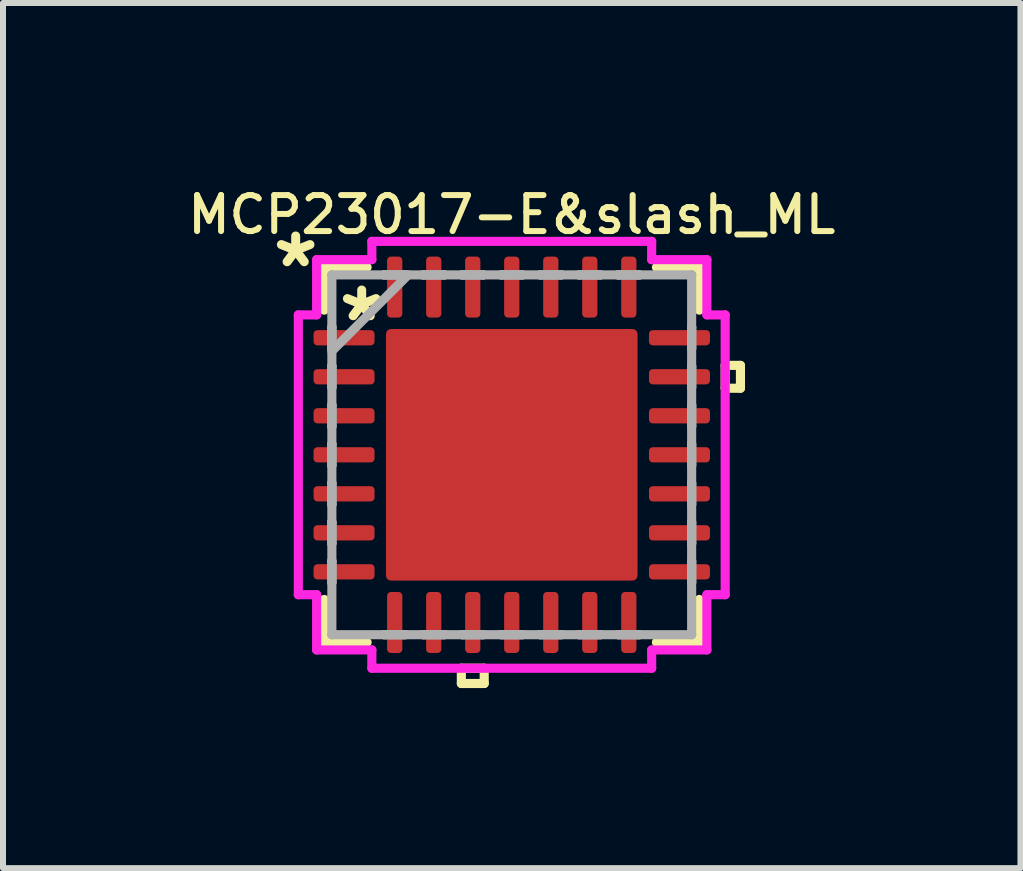
<source format=kicad_pcb>
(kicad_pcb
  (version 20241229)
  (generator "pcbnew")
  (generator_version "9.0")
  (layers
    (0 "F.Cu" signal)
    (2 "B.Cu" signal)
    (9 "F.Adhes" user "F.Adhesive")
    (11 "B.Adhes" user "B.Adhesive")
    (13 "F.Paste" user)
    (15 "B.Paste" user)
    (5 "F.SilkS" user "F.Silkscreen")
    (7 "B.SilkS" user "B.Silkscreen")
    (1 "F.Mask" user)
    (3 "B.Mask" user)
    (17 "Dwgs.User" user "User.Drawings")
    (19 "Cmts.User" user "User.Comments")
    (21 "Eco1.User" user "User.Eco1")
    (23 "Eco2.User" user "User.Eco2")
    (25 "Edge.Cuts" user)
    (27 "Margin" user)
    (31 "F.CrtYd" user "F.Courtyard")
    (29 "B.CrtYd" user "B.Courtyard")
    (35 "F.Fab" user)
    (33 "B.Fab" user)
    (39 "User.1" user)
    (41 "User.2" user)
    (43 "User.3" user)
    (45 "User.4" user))
  (footprint "MCP23017-E&slash_ML"
    (layer "F.Cu")
    (at 5.476 4.527)
    (property "Reference" "MCP23017-E&slash_ML" (at 0 -4 0) (layer "F.SilkS") (effects (font (size 0.6 0.6) (thickness 0.1))))
    (attr smd)
    (fp_line (start -3.124 -3.124) (end -3.124 -2.41) (stroke (width 0.152) (type solid)) (layer "F.SilkS"))
    (fp_line (start -3.124 2.41) (end -3.124 3.124) (stroke (width 0.152) (type solid)) (layer "F.SilkS"))
    (fp_line (start -3.124 3.124) (end -2.41 3.124) (stroke (width 0.152) (type solid)) (layer "F.SilkS"))
    (fp_line (start -2.41 -3.124) (end -3.124 -3.124) (stroke (width 0.152) (type solid)) (layer "F.SilkS"))
    (fp_line (start -0.84 3.556) (end -0.84 3.81) (stroke (width 0.152) (type solid)) (layer "F.SilkS"))
    (fp_line (start -0.84 3.81) (end -0.459 3.81) (stroke (width 0.152) (type solid)) (layer "F.SilkS"))
    (fp_line (start -0.459 3.556) (end -0.84 3.556) (stroke (width 0.152) (type solid)) (layer "F.SilkS"))
    (fp_line (start -0.459 3.81) (end -0.459 3.556) (stroke (width 0.152) (type solid)) (layer "F.SilkS"))
    (fp_line (start 2.41 3.124) (end 3.124 3.124) (stroke (width 0.152) (type solid)) (layer "F.SilkS"))
    (fp_line (start 3.124 -3.124) (end 2.41 -3.124) (stroke (width 0.152) (type solid)) (layer "F.SilkS"))
    (fp_line (start 3.124 -2.41) (end 3.124 -3.124) (stroke (width 0.152) (type solid)) (layer "F.SilkS"))
    (fp_line (start 3.124 3.124) (end 3.124 2.41) (stroke (width 0.152) (type solid)) (layer "F.SilkS"))
    (fp_line (start 3.556 -1.49) (end 3.81 -1.49) (stroke (width 0.152) (type solid)) (layer "F.SilkS"))
    (fp_line (start 3.556 -1.109) (end 3.556 -1.49) (stroke (width 0.152) (type solid)) (layer "F.SilkS"))
    (fp_line (start 3.81 -1.49) (end 3.81 -1.109) (stroke (width 0.152) (type solid)) (layer "F.SilkS"))
    (fp_line (start 3.81 -1.109) (end 3.556 -1.109) (stroke (width 0.152) (type solid)) (layer "F.SilkS"))
    (fp_line (start -1.996 -1.996) (end -1.996 -0.798) (stroke (width 0.152) (type solid)) (layer "F.Paste"))
    (fp_line (start -1.996 -0.798) (end -0.798 -0.798) (stroke (width 0.152) (type solid)) (layer "F.Paste"))
    (fp_line (start -1.996 -0.599) (end -1.996 0.599) (stroke (width 0.152) (type solid)) (layer "F.Paste"))
    (fp_line (start -1.996 0.599) (end -0.798 0.599) (stroke (width 0.152) (type solid)) (layer "F.Paste"))
    (fp_line (start -1.996 0.798) (end -1.996 1.996) (stroke (width 0.152) (type solid)) (layer "F.Paste"))
    (fp_line (start -1.996 1.996) (end -0.798 1.996) (stroke (width 0.152) (type solid)) (layer "F.Paste"))
    (fp_line (start -0.798 -1.996) (end -1.996 -1.996) (stroke (width 0.152) (type solid)) (layer "F.Paste"))
    (fp_line (start -0.798 -0.798) (end -0.798 -1.996) (stroke (width 0.152) (type solid)) (layer "F.Paste"))
    (fp_line (start -0.798 -0.599) (end -1.996 -0.599) (stroke (width 0.152) (type solid)) (layer "F.Paste"))
    (fp_line (start -0.798 0.599) (end -0.798 -0.599) (stroke (width 0.152) (type solid)) (layer "F.Paste"))
    (fp_line (start -0.798 0.798) (end -1.996 0.798) (stroke (width 0.152) (type solid)) (layer "F.Paste"))
    (fp_line (start -0.798 1.996) (end -0.798 0.798) (stroke (width 0.152) (type solid)) (layer "F.Paste"))
    (fp_line (start -0.599 -1.996) (end -0.599 -0.798) (stroke (width 0.152) (type solid)) (layer "F.Paste"))
    (fp_line (start -0.599 -0.798) (end 0.599 -0.798) (stroke (width 0.152) (type solid)) (layer "F.Paste"))
    (fp_line (start -0.599 -0.599) (end -0.599 0.599) (stroke (width 0.152) (type solid)) (layer "F.Paste"))
    (fp_line (start -0.599 0.599) (end 0.599 0.599) (stroke (width 0.152) (type solid)) (layer "F.Paste"))
    (fp_line (start -0.599 0.798) (end -0.599 1.996) (stroke (width 0.152) (type solid)) (layer "F.Paste"))
    (fp_line (start -0.599 1.996) (end 0.599 1.996) (stroke (width 0.152) (type solid)) (layer "F.Paste"))
    (fp_line (start 0.599 -1.996) (end -0.599 -1.996) (stroke (width 0.152) (type solid)) (layer "F.Paste"))
    (fp_line (start 0.599 -0.798) (end 0.599 -1.996) (stroke (width 0.152) (type solid)) (layer "F.Paste"))
    (fp_line (start 0.599 -0.599) (end -0.599 -0.599) (stroke (width 0.152) (type solid)) (layer "F.Paste"))
    (fp_line (start 0.599 0.599) (end 0.599 -0.599) (stroke (width 0.152) (type solid)) (layer "F.Paste"))
    (fp_line (start 0.599 0.798) (end -0.599 0.798) (stroke (width 0.152) (type solid)) (layer "F.Paste"))
    (fp_line (start 0.599 1.996) (end 0.599 0.798) (stroke (width 0.152) (type solid)) (layer "F.Paste"))
    (fp_line (start 0.798 -1.996) (end 0.798 -0.798) (stroke (width 0.152) (type solid)) (layer "F.Paste"))
    (fp_line (start 0.798 -0.798) (end 1.996 -0.798) (stroke (width 0.152) (type solid)) (layer "F.Paste"))
    (fp_line (start 0.798 -0.599) (end 0.798 0.599) (stroke (width 0.152) (type solid)) (layer "F.Paste"))
    (fp_line (start 0.798 0.599) (end 1.996 0.599) (stroke (width 0.152) (type solid)) (layer "F.Paste"))
    (fp_line (start 0.798 0.798) (end 0.798 1.996) (stroke (width 0.152) (type solid)) (layer "F.Paste"))
    (fp_line (start 0.798 1.996) (end 1.996 1.996) (stroke (width 0.152) (type solid)) (layer "F.Paste"))
    (fp_line (start 1.996 -1.996) (end 0.798 -1.996) (stroke (width 0.152) (type solid)) (layer "F.Paste"))
    (fp_line (start 1.996 -0.798) (end 1.996 -1.996) (stroke (width 0.152) (type solid)) (layer "F.Paste"))
    (fp_line (start 1.996 -0.599) (end 0.798 -0.599) (stroke (width 0.152) (type solid)) (layer "F.Paste"))
    (fp_line (start 1.996 0.599) (end 1.996 -0.599) (stroke (width 0.152) (type solid)) (layer "F.Paste"))
    (fp_line (start 1.996 0.798) (end 0.798 0.798) (stroke (width 0.152) (type solid)) (layer "F.Paste"))
    (fp_line (start 1.996 1.996) (end 1.996 0.798) (stroke (width 0.152) (type solid)) (layer "F.Paste"))
    (fp_line (start -3.556 -2.331) (end -3.251 -2.331) (stroke (width 0.152) (type solid)) (layer "F.CrtYd"))
    (fp_line (start -3.556 2.331) (end -3.556 -2.331) (stroke (width 0.152) (type solid)) (layer "F.CrtYd"))
    (fp_line (start -3.251 -3.251) (end -2.331 -3.251) (stroke (width 0.152) (type solid)) (layer "F.CrtYd"))
    (fp_line (start -3.251 -2.331) (end -3.251 -3.251) (stroke (width 0.152) (type solid)) (layer "F.CrtYd"))
    (fp_line (start -3.251 2.331) (end -3.556 2.331) (stroke (width 0.152) (type solid)) (layer "F.CrtYd"))
    (fp_line (start -3.251 3.251) (end -3.251 2.331) (stroke (width 0.152) (type solid)) (layer "F.CrtYd"))
    (fp_line (start -2.331 -3.556) (end 2.331 -3.556) (stroke (width 0.152) (type solid)) (layer "F.CrtYd"))
    (fp_line (start -2.331 -3.251) (end -2.331 -3.556) (stroke (width 0.152) (type solid)) (layer "F.CrtYd"))
    (fp_line (start -2.331 3.251) (end -3.251 3.251) (stroke (width 0.152) (type solid)) (layer "F.CrtYd"))
    (fp_line (start -2.331 3.556) (end -2.331 3.251) (stroke (width 0.152) (type solid)) (layer "F.CrtYd"))
    (fp_line (start 2.331 -3.556) (end 2.331 -3.251) (stroke (width 0.152) (type solid)) (layer "F.CrtYd"))
    (fp_line (start 2.331 -3.251) (end 3.251 -3.251) (stroke (width 0.152) (type solid)) (layer "F.CrtYd"))
    (fp_line (start 2.331 3.251) (end 2.331 3.556) (stroke (width 0.152) (type solid)) (layer "F.CrtYd"))
    (fp_line (start 2.331 3.556) (end -2.331 3.556) (stroke (width 0.152) (type solid)) (layer "F.CrtYd"))
    (fp_line (start 3.251 -3.251) (end 3.251 -2.331) (stroke (width 0.152) (type solid)) (layer "F.CrtYd"))
    (fp_line (start 3.251 -2.331) (end 3.556 -2.331) (stroke (width 0.152) (type solid)) (layer "F.CrtYd"))
    (fp_line (start 3.251 2.331) (end 3.251 3.251) (stroke (width 0.152) (type solid)) (layer "F.CrtYd"))
    (fp_line (start 3.251 3.251) (end 2.331 3.251) (stroke (width 0.152) (type solid)) (layer "F.CrtYd"))
    (fp_line (start 3.556 -2.331) (end 3.556 2.331) (stroke (width 0.152) (type solid)) (layer "F.CrtYd"))
    (fp_line (start 3.556 2.331) (end 3.251 2.331) (stroke (width 0.152) (type solid)) (layer "F.CrtYd"))
    (fp_line (start -2.997 -2.997) (end -2.997 -2.997) (stroke (width 0.152) (type solid)) (layer "F.Fab"))
    (fp_line (start -2.997 -2.997) (end -2.997 2.997) (stroke (width 0.152) (type solid)) (layer "F.Fab"))
    (fp_line (start -2.997 -2.128) (end -2.997 -2.128) (stroke (width 0.152) (type solid)) (layer "F.Fab"))
    (fp_line (start -2.997 -2.128) (end -2.997 -1.772) (stroke (width 0.152) (type solid)) (layer "F.Fab"))
    (fp_line (start -2.997 -1.772) (end -2.997 -2.128) (stroke (width 0.152) (type solid)) (layer "F.Fab"))
    (fp_line (start -2.997 -1.772) (end -2.997 -1.772) (stroke (width 0.152) (type solid)) (layer "F.Fab"))
    (fp_line (start -2.997 -1.727) (end -1.727 -2.997) (stroke (width 0.152) (type solid)) (layer "F.Fab"))
    (fp_line (start -2.997 -1.478) (end -2.997 -1.478) (stroke (width 0.152) (type solid)) (layer "F.Fab"))
    (fp_line (start -2.997 -1.478) (end -2.997 -1.122) (stroke (width 0.152) (type solid)) (layer "F.Fab"))
    (fp_line (start -2.997 -1.122) (end -2.997 -1.478) (stroke (width 0.152) (type solid)) (layer "F.Fab"))
    (fp_line (start -2.997 -1.122) (end -2.997 -1.122) (stroke (width 0.152) (type solid)) (layer "F.Fab"))
    (fp_line (start -2.997 -0.828) (end -2.997 -0.828) (stroke (width 0.152) (type solid)) (layer "F.Fab"))
    (fp_line (start -2.997 -0.828) (end -2.997 -0.472) (stroke (width 0.152) (type solid)) (layer "F.Fab"))
    (fp_line (start -2.997 -0.472) (end -2.997 -0.828) (stroke (width 0.152) (type solid)) (layer "F.Fab"))
    (fp_line (start -2.997 -0.472) (end -2.997 -0.472) (stroke (width 0.152) (type solid)) (layer "F.Fab"))
    (fp_line (start -2.997 -0.178) (end -2.997 -0.178) (stroke (width 0.152) (type solid)) (layer "F.Fab"))
    (fp_line (start -2.997 -0.178) (end -2.997 0.178) (stroke (width 0.152) (type solid)) (layer "F.Fab"))
    (fp_line (start -2.997 0.178) (end -2.997 -0.178) (stroke (width 0.152) (type solid)) (layer "F.Fab"))
    (fp_line (start -2.997 0.178) (end -2.997 0.178) (stroke (width 0.152) (type solid)) (layer "F.Fab"))
    (fp_line (start -2.997 0.472) (end -2.997 0.472) (stroke (width 0.152) (type solid)) (layer "F.Fab"))
    (fp_line (start -2.997 0.472) (end -2.997 0.828) (stroke (width 0.152) (type solid)) (layer "F.Fab"))
    (fp_line (start -2.997 0.828) (end -2.997 0.472) (stroke (width 0.152) (type solid)) (layer "F.Fab"))
    (fp_line (start -2.997 0.828) (end -2.997 0.828) (stroke (width 0.152) (type solid)) (layer "F.Fab"))
    (fp_line (start -2.997 1.122) (end -2.997 1.122) (stroke (width 0.152) (type solid)) (layer "F.Fab"))
    (fp_line (start -2.997 1.122) (end -2.997 1.478) (stroke (width 0.152) (type solid)) (layer "F.Fab"))
    (fp_line (start -2.997 1.478) (end -2.997 1.122) (stroke (width 0.152) (type solid)) (layer "F.Fab"))
    (fp_line (start -2.997 1.478) (end -2.997 1.478) (stroke (width 0.152) (type solid)) (layer "F.Fab"))
    (fp_line (start -2.997 1.772) (end -2.997 1.772) (stroke (width 0.152) (type solid)) (layer "F.Fab"))
    (fp_line (start -2.997 1.772) (end -2.997 2.128) (stroke (width 0.152) (type solid)) (layer "F.Fab"))
    (fp_line (start -2.997 2.128) (end -2.997 1.772) (stroke (width 0.152) (type solid)) (layer "F.Fab"))
    (fp_line (start -2.997 2.128) (end -2.997 2.128) (stroke (width 0.152) (type solid)) (layer "F.Fab"))
    (fp_line (start -2.997 2.997) (end -2.997 2.997) (stroke (width 0.152) (type solid)) (layer "F.Fab"))
    (fp_line (start -2.997 2.997) (end 2.997 2.997) (stroke (width 0.152) (type solid)) (layer "F.Fab"))
    (fp_line (start -2.128 -2.997) (end -2.128 -2.997) (stroke (width 0.152) (type solid)) (layer "F.Fab"))
    (fp_line (start -2.128 -2.997) (end -1.772 -2.997) (stroke (width 0.152) (type solid)) (layer "F.Fab"))
    (fp_line (start -2.128 2.997) (end -2.128 2.997) (stroke (width 0.152) (type solid)) (layer "F.Fab"))
    (fp_line (start -2.128 2.997) (end -1.772 2.997) (stroke (width 0.152) (type solid)) (layer "F.Fab"))
    (fp_line (start -1.772 -2.997) (end -2.128 -2.997) (stroke (width 0.152) (type solid)) (layer "F.Fab"))
    (fp_line (start -1.772 -2.997) (end -1.772 -2.997) (stroke (width 0.152) (type solid)) (layer "F.Fab"))
    (fp_line (start -1.772 2.997) (end -2.128 2.997) (stroke (width 0.152) (type solid)) (layer "F.Fab"))
    (fp_line (start -1.772 2.997) (end -1.772 2.997) (stroke (width 0.152) (type solid)) (layer "F.Fab"))
    (fp_line (start -1.478 -2.997) (end -1.478 -2.997) (stroke (width 0.152) (type solid)) (layer "F.Fab"))
    (fp_line (start -1.478 -2.997) (end -1.122 -2.997) (stroke (width 0.152) (type solid)) (layer "F.Fab"))
    (fp_line (start -1.478 2.997) (end -1.478 2.997) (stroke (width 0.152) (type solid)) (layer "F.Fab"))
    (fp_line (start -1.478 2.997) (end -1.122 2.997) (stroke (width 0.152) (type solid)) (layer "F.Fab"))
    (fp_line (start -1.122 -2.997) (end -1.478 -2.997) (stroke (width 0.152) (type solid)) (layer "F.Fab"))
    (fp_line (start -1.122 -2.997) (end -1.122 -2.997) (stroke (width 0.152) (type solid)) (layer "F.Fab"))
    (fp_line (start -1.122 2.997) (end -1.478 2.997) (stroke (width 0.152) (type solid)) (layer "F.Fab"))
    (fp_line (start -1.122 2.997) (end -1.122 2.997) (stroke (width 0.152) (type solid)) (layer "F.Fab"))
    (fp_line (start -0.828 -2.997) (end -0.828 -2.997) (stroke (width 0.152) (type solid)) (layer "F.Fab"))
    (fp_line (start -0.828 -2.997) (end -0.472 -2.997) (stroke (width 0.152) (type solid)) (layer "F.Fab"))
    (fp_line (start -0.828 2.997) (end -0.828 2.997) (stroke (width 0.152) (type solid)) (layer "F.Fab"))
    (fp_line (start -0.828 2.997) (end -0.472 2.997) (stroke (width 0.152) (type solid)) (layer "F.Fab"))
    (fp_line (start -0.472 -2.997) (end -0.828 -2.997) (stroke (width 0.152) (type solid)) (layer "F.Fab"))
    (fp_line (start -0.472 -2.997) (end -0.472 -2.997) (stroke (width 0.152) (type solid)) (layer "F.Fab"))
    (fp_line (start -0.472 2.997) (end -0.828 2.997) (stroke (width 0.152) (type solid)) (layer "F.Fab"))
    (fp_line (start -0.472 2.997) (end -0.472 2.997) (stroke (width 0.152) (type solid)) (layer "F.Fab"))
    (fp_line (start -0.178 -2.997) (end -0.178 -2.997) (stroke (width 0.152) (type solid)) (layer "F.Fab"))
    (fp_line (start -0.178 -2.997) (end 0.178 -2.997) (stroke (width 0.152) (type solid)) (layer "F.Fab"))
    (fp_line (start -0.178 2.997) (end -0.178 2.997) (stroke (width 0.152) (type solid)) (layer "F.Fab"))
    (fp_line (start -0.178 2.997) (end 0.178 2.997) (stroke (width 0.152) (type solid)) (layer "F.Fab"))
    (fp_line (start 0.178 -2.997) (end -0.178 -2.997) (stroke (width 0.152) (type solid)) (layer "F.Fab"))
    (fp_line (start 0.178 -2.997) (end 0.178 -2.997) (stroke (width 0.152) (type solid)) (layer "F.Fab"))
    (fp_line (start 0.178 2.997) (end -0.178 2.997) (stroke (width 0.152) (type solid)) (layer "F.Fab"))
    (fp_line (start 0.178 2.997) (end 0.178 2.997) (stroke (width 0.152) (type solid)) (layer "F.Fab"))
    (fp_line (start 0.472 -2.997) (end 0.472 -2.997) (stroke (width 0.152) (type solid)) (layer "F.Fab"))
    (fp_line (start 0.472 -2.997) (end 0.828 -2.997) (stroke (width 0.152) (type solid)) (layer "F.Fab"))
    (fp_line (start 0.472 2.997) (end 0.472 2.997) (stroke (width 0.152) (type solid)) (layer "F.Fab"))
    (fp_line (start 0.472 2.997) (end 0.828 2.997) (stroke (width 0.152) (type solid)) (layer "F.Fab"))
    (fp_line (start 0.828 -2.997) (end 0.472 -2.997) (stroke (width 0.152) (type solid)) (layer "F.Fab"))
    (fp_line (start 0.828 -2.997) (end 0.828 -2.997) (stroke (width 0.152) (type solid)) (layer "F.Fab"))
    (fp_line (start 0.828 2.997) (end 0.472 2.997) (stroke (width 0.152) (type solid)) (layer "F.Fab"))
    (fp_line (start 0.828 2.997) (end 0.828 2.997) (stroke (width 0.152) (type solid)) (layer "F.Fab"))
    (fp_line (start 1.122 -2.997) (end 1.122 -2.997) (stroke (width 0.152) (type solid)) (layer "F.Fab"))
    (fp_line (start 1.122 -2.997) (end 1.478 -2.997) (stroke (width 0.152) (type solid)) (layer "F.Fab"))
    (fp_line (start 1.122 2.997) (end 1.122 2.997) (stroke (width 0.152) (type solid)) (layer "F.Fab"))
    (fp_line (start 1.122 2.997) (end 1.478 2.997) (stroke (width 0.152) (type solid)) (layer "F.Fab"))
    (fp_line (start 1.478 -2.997) (end 1.122 -2.997) (stroke (width 0.152) (type solid)) (layer "F.Fab"))
    (fp_line (start 1.478 -2.997) (end 1.478 -2.997) (stroke (width 0.152) (type solid)) (layer "F.Fab"))
    (fp_line (start 1.478 2.997) (end 1.122 2.997) (stroke (width 0.152) (type solid)) (layer "F.Fab"))
    (fp_line (start 1.478 2.997) (end 1.478 2.997) (stroke (width 0.152) (type solid)) (layer "F.Fab"))
    (fp_line (start 1.772 -2.997) (end 1.772 -2.997) (stroke (width 0.152) (type solid)) (layer "F.Fab"))
    (fp_line (start 1.772 -2.997) (end 2.128 -2.997) (stroke (width 0.152) (type solid)) (layer "F.Fab"))
    (fp_line (start 1.772 2.997) (end 1.772 2.997) (stroke (width 0.152) (type solid)) (layer "F.Fab"))
    (fp_line (start 1.772 2.997) (end 2.128 2.997) (stroke (width 0.152) (type solid)) (layer "F.Fab"))
    (fp_line (start 2.128 -2.997) (end 1.772 -2.997) (stroke (width 0.152) (type solid)) (layer "F.Fab"))
    (fp_line (start 2.128 -2.997) (end 2.128 -2.997) (stroke (width 0.152) (type solid)) (layer "F.Fab"))
    (fp_line (start 2.128 2.997) (end 1.772 2.997) (stroke (width 0.152) (type solid)) (layer "F.Fab"))
    (fp_line (start 2.128 2.997) (end 2.128 2.997) (stroke (width 0.152) (type solid)) (layer "F.Fab"))
    (fp_line (start 2.997 -2.997) (end -2.997 -2.997) (stroke (width 0.152) (type solid)) (layer "F.Fab"))
    (fp_line (start 2.997 -2.997) (end 2.997 -2.997) (stroke (width 0.152) (type solid)) (layer "F.Fab"))
    (fp_line (start 2.997 -2.128) (end 2.997 -2.128) (stroke (width 0.152) (type solid)) (layer "F.Fab"))
    (fp_line (start 2.997 -2.128) (end 2.997 -1.772) (stroke (width 0.152) (type solid)) (layer "F.Fab"))
    (fp_line (start 2.997 -1.772) (end 2.997 -2.128) (stroke (width 0.152) (type solid)) (layer "F.Fab"))
    (fp_line (start 2.997 -1.772) (end 2.997 -1.772) (stroke (width 0.152) (type solid)) (layer "F.Fab"))
    (fp_line (start 2.997 -1.478) (end 2.997 -1.478) (stroke (width 0.152) (type solid)) (layer "F.Fab"))
    (fp_line (start 2.997 -1.478) (end 2.997 -1.122) (stroke (width 0.152) (type solid)) (layer "F.Fab"))
    (fp_line (start 2.997 -1.122) (end 2.997 -1.478) (stroke (width 0.152) (type solid)) (layer "F.Fab"))
    (fp_line (start 2.997 -1.122) (end 2.997 -1.122) (stroke (width 0.152) (type solid)) (layer "F.Fab"))
    (fp_line (start 2.997 -0.828) (end 2.997 -0.828) (stroke (width 0.152) (type solid)) (layer "F.Fab"))
    (fp_line (start 2.997 -0.828) (end 2.997 -0.472) (stroke (width 0.152) (type solid)) (layer "F.Fab"))
    (fp_line (start 2.997 -0.472) (end 2.997 -0.828) (stroke (width 0.152) (type solid)) (layer "F.Fab"))
    (fp_line (start 2.997 -0.472) (end 2.997 -0.472) (stroke (width 0.152) (type solid)) (layer "F.Fab"))
    (fp_line (start 2.997 -0.178) (end 2.997 -0.178) (stroke (width 0.152) (type solid)) (layer "F.Fab"))
    (fp_line (start 2.997 -0.178) (end 2.997 0.178) (stroke (width 0.152) (type solid)) (layer "F.Fab"))
    (fp_line (start 2.997 0.178) (end 2.997 -0.178) (stroke (width 0.152) (type solid)) (layer "F.Fab"))
    (fp_line (start 2.997 0.178) (end 2.997 0.178) (stroke (width 0.152) (type solid)) (layer "F.Fab"))
    (fp_line (start 2.997 0.472) (end 2.997 0.472) (stroke (width 0.152) (type solid)) (layer "F.Fab"))
    (fp_line (start 2.997 0.472) (end 2.997 0.828) (stroke (width 0.152) (type solid)) (layer "F.Fab"))
    (fp_line (start 2.997 0.828) (end 2.997 0.472) (stroke (width 0.152) (type solid)) (layer "F.Fab"))
    (fp_line (start 2.997 0.828) (end 2.997 0.828) (stroke (width 0.152) (type solid)) (layer "F.Fab"))
    (fp_line (start 2.997 1.122) (end 2.997 1.122) (stroke (width 0.152) (type solid)) (layer "F.Fab"))
    (fp_line (start 2.997 1.122) (end 2.997 1.478) (stroke (width 0.152) (type solid)) (layer "F.Fab"))
    (fp_line (start 2.997 1.478) (end 2.997 1.122) (stroke (width 0.152) (type solid)) (layer "F.Fab"))
    (fp_line (start 2.997 1.478) (end 2.997 1.478) (stroke (width 0.152) (type solid)) (layer "F.Fab"))
    (fp_line (start 2.997 1.772) (end 2.997 1.772) (stroke (width 0.152) (type solid)) (layer "F.Fab"))
    (fp_line (start 2.997 1.772) (end 2.997 2.128) (stroke (width 0.152) (type solid)) (layer "F.Fab"))
    (fp_line (start 2.997 2.128) (end 2.997 1.772) (stroke (width 0.152) (type solid)) (layer "F.Fab"))
    (fp_line (start 2.997 2.128) (end 2.997 2.128) (stroke (width 0.152) (type solid)) (layer "F.Fab"))
    (fp_line (start 2.997 2.997) (end 2.997 -2.997) (stroke (width 0.152) (type solid)) (layer "F.Fab"))
    (fp_line (start 2.997 2.997) (end 2.997 2.997) (stroke (width 0.152) (type solid)) (layer "F.Fab"))
    (fp_text user "*" (at -3.6 -3.1 0) (layer "F.SilkS") (effects (font (size 1 1) (thickness 0.15))))
    (fp_text user "*" (at -2.5 -2.2 0) (layer "F.SilkS") (effects (font (size 1 1) (thickness 0.15))))
    (pad "1" smd roundrect (at -2.794 -1.95 90) (size 0.254 1.016) (layers "F.Cu" "F.Mask" "F.Paste") (roundrect_rratio 0.25))
    (pad "2" smd roundrect (at -2.794 -1.3 90) (size 0.254 1.016) (layers "F.Cu" "F.Mask" "F.Paste") (roundrect_rratio 0.25))
    (pad "3" smd roundrect (at -2.794 -0.65 90) (size 0.254 1.016) (layers "F.Cu" "F.Mask" "F.Paste") (roundrect_rratio 0.25))
    (pad "4" smd roundrect (at -2.794 0 90) (size 0.254 1.016) (layers "F.Cu" "F.Mask" "F.Paste") (roundrect_rratio 0.25))
    (pad "5" smd roundrect (at -2.794 0.65 90) (size 0.254 1.016) (layers "F.Cu" "F.Mask" "F.Paste") (roundrect_rratio 0.25))
    (pad "6" smd roundrect (at -2.794 1.3 90) (size 0.254 1.016) (layers "F.Cu" "F.Mask" "F.Paste") (roundrect_rratio 0.25))
    (pad "7" smd roundrect (at -2.794 1.95 90) (size 0.254 1.016) (layers "F.Cu" "F.Mask" "F.Paste") (roundrect_rratio 0.25))
    (pad "8" smd roundrect (at -1.95 2.794) (size 0.254 1.016) (layers "F.Cu" "F.Mask" "F.Paste") (roundrect_rratio 0.25))
    (pad "9" smd roundrect (at -1.3 2.794) (size 0.254 1.016) (layers "F.Cu" "F.Mask" "F.Paste") (roundrect_rratio 0.25))
    (pad "10" smd roundrect (at -0.65 2.794) (size 0.254 1.016) (layers "F.Cu" "F.Mask" "F.Paste") (roundrect_rratio 0.25))
    (pad "11" smd roundrect (at 0 2.794) (size 0.254 1.016) (layers "F.Cu" "F.Mask" "F.Paste") (roundrect_rratio 0.25))
    (pad "12" smd roundrect (at 0.65 2.794) (size 0.254 1.016) (layers "F.Cu" "F.Mask" "F.Paste") (roundrect_rratio 0.25))
    (pad "13" smd roundrect (at 1.3 2.794) (size 0.254 1.016) (layers "F.Cu" "F.Mask" "F.Paste") (roundrect_rratio 0.25))
    (pad "14" smd roundrect (at 1.95 2.794) (size 0.254 1.016) (layers "F.Cu" "F.Mask" "F.Paste") (roundrect_rratio 0.25))
    (pad "15" smd roundrect (at 2.794 1.95 90) (size 0.254 1.016) (layers "F.Cu" "F.Mask" "F.Paste") (roundrect_rratio 0.25))
    (pad "16" smd roundrect (at 2.794 1.3 90) (size 0.254 1.016) (layers "F.Cu" "F.Mask" "F.Paste") (roundrect_rratio 0.25))
    (pad "17" smd roundrect (at 2.794 0.65 90) (size 0.254 1.016) (layers "F.Cu" "F.Mask" "F.Paste") (roundrect_rratio 0.25))
    (pad "18" smd roundrect (at 2.794 0 90) (size 0.254 1.016) (layers "F.Cu" "F.Mask" "F.Paste") (roundrect_rratio 0.25))
    (pad "19" smd roundrect (at 2.794 -0.65 90) (size 0.254 1.016) (layers "F.Cu" "F.Mask" "F.Paste") (roundrect_rratio 0.25))
    (pad "20" smd roundrect (at 2.794 -1.3 90) (size 0.254 1.016) (layers "F.Cu" "F.Mask" "F.Paste") (roundrect_rratio 0.25))
    (pad "21" smd roundrect (at 2.794 -1.95 90) (size 0.254 1.016) (layers "F.Cu" "F.Mask" "F.Paste") (roundrect_rratio 0.25))
    (pad "22" smd roundrect (at 1.95 -2.794) (size 0.254 1.016) (layers "F.Cu" "F.Mask" "F.Paste") (roundrect_rratio 0.25))
    (pad "23" smd roundrect (at 1.3 -2.794) (size 0.254 1.016) (layers "F.Cu" "F.Mask" "F.Paste") (roundrect_rratio 0.25))
    (pad "24" smd roundrect (at 0.65 -2.794) (size 0.254 1.016) (layers "F.Cu" "F.Mask" "F.Paste") (roundrect_rratio 0.25))
    (pad "25" smd roundrect (at 0 -2.794) (size 0.254 1.016) (layers "F.Cu" "F.Mask" "F.Paste") (roundrect_rratio 0.25))
    (pad "26" smd roundrect (at -0.65 -2.794) (size 0.254 1.016) (layers "F.Cu" "F.Mask" "F.Paste") (roundrect_rratio 0.25))
    (pad "27" smd roundrect (at -1.3 -2.794) (size 0.254 1.016) (layers "F.Cu" "F.Mask" "F.Paste") (roundrect_rratio 0.25))
    (pad "28" smd roundrect (at -1.95 -2.794) (size 0.254 1.016) (layers "F.Cu" "F.Mask" "F.Paste") (roundrect_rratio 0.25))
    (pad "29" smd roundrect (at 0 0) (size 4.191 4.191) (layers "F.Cu" "F.Mask" "F.Paste") (roundrect_rratio 0.02)))
  (gr_rect
    (start -3 -3)
    (end 13.951 11.413)
    (stroke (width 0.1) (type default))
    (fill no)
    (layer "Edge.Cuts")))
</source>
